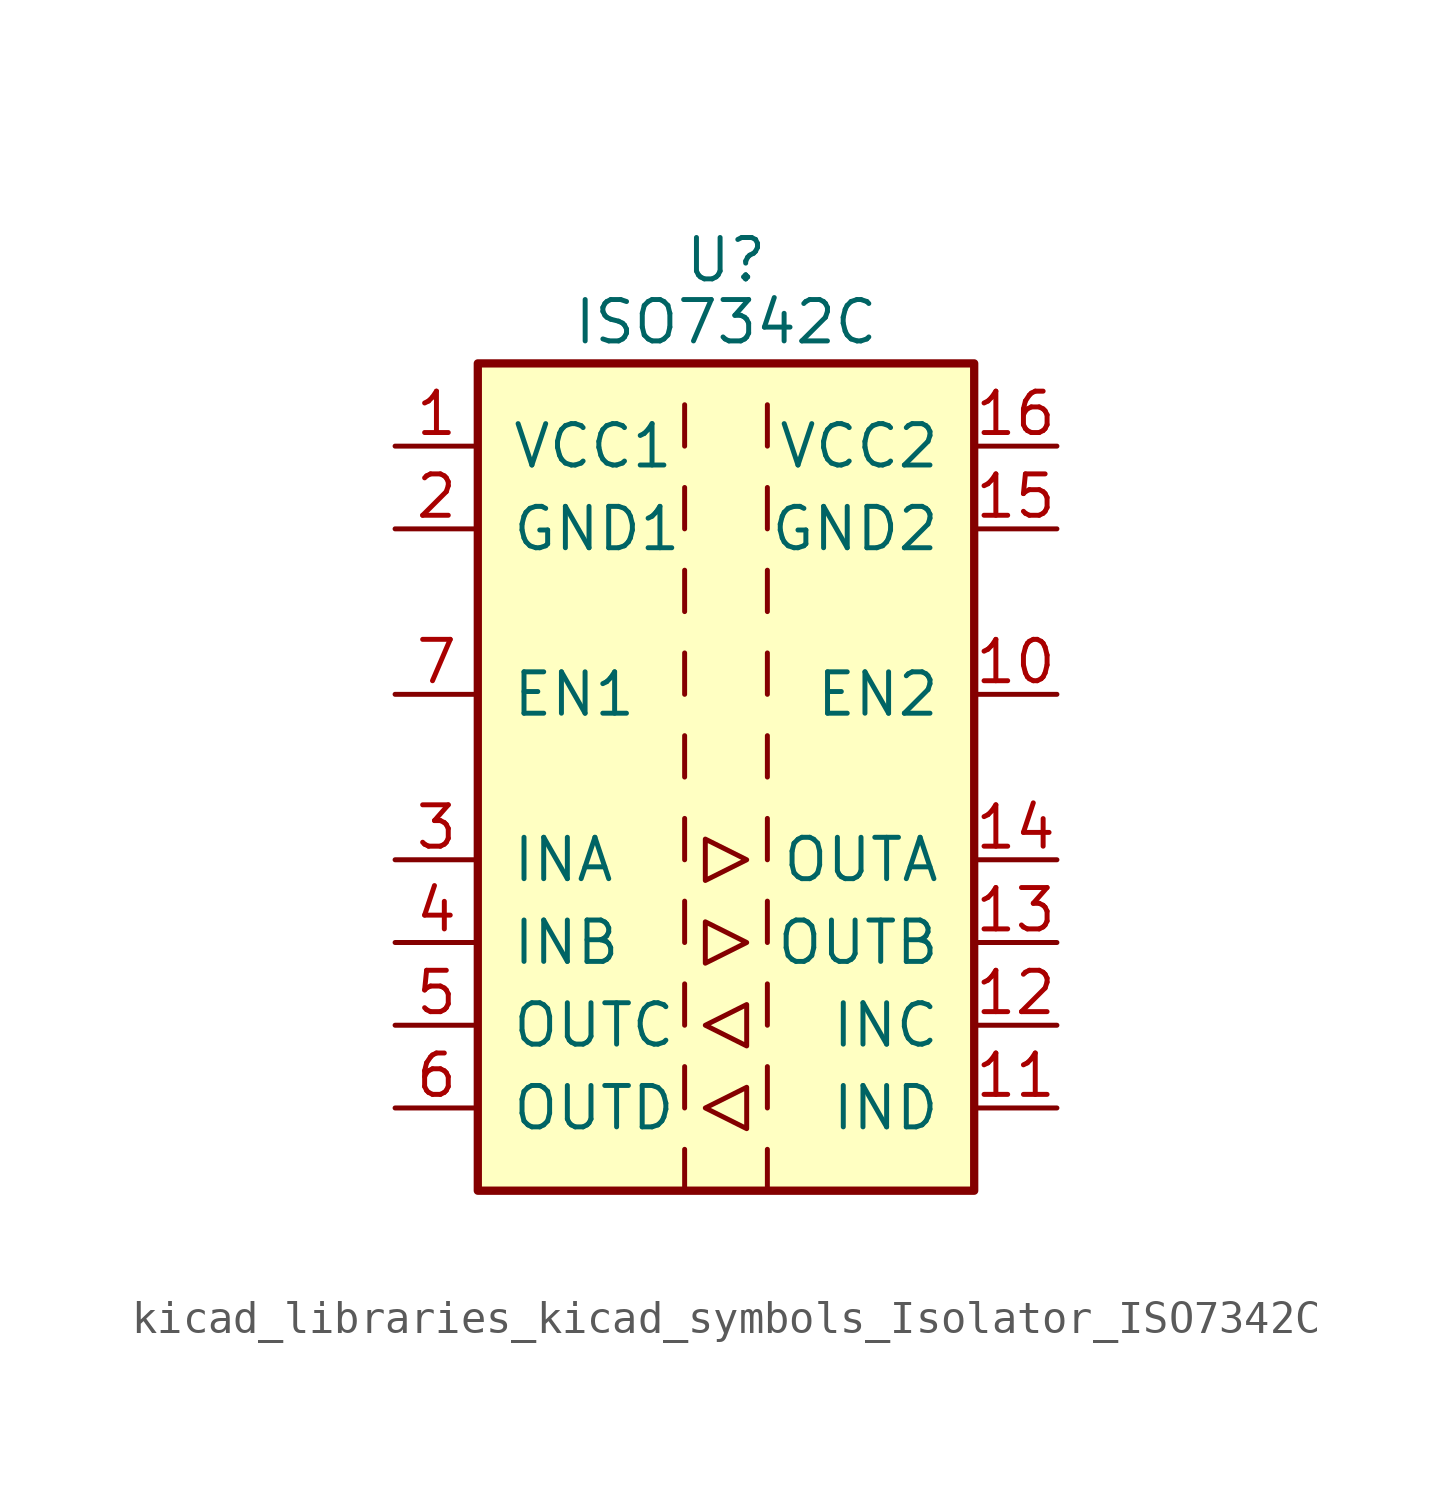
<source format=kicad_sym>
(kicad_symbol_lib
  (version 20220914)
  (generator kicad_symbol_editor)
  (symbol "kicad_libraries_kicad_symbols_Isolator_ISO7342C"
    (pin_names
      (offset 1.016))
    (property "Reference" "U"
      (at 0 15.875 0)
      (effects (font (size 1.27 1.27))))
    (property "Value" "ISO7342C"
      (at 0 13.97 0)
      (effects (font (size 1.27 1.27))))
    (symbol "kicad_libraries_kicad_symbols_Isolator_ISO7342C_0_1"
      (rectangle (start -7.62 12.7) (end 7.62 -12.7) (stroke (width 0.254) (type default)) (fill (type background)))
      (polyline (pts (xy -1.27 -11.43) (xy -1.27 -12.7)) (stroke (width 0) (type default)) (fill (type none)))
      (polyline (pts (xy -1.27 -8.89) (xy -1.27 -10.16)) (stroke (width 0) (type default)) (fill (type none)))
      (polyline (pts (xy -1.27 -6.35) (xy -1.27 -7.62)) (stroke (width 0) (type default)) (fill (type none)))
      (polyline (pts (xy -1.27 -3.81) (xy -1.27 -5.08)) (stroke (width 0) (type default)) (fill (type none)))
      (polyline (pts (xy -1.27 -1.27) (xy -1.27 -2.54)) (stroke (width 0) (type default)) (fill (type none)))
      (polyline (pts (xy -1.27 1.27) (xy -1.27 0)) (stroke (width 0) (type default)) (fill (type none)))
      (polyline (pts (xy -1.27 3.81) (xy -1.27 2.54)) (stroke (width 0) (type default)) (fill (type none)))
      (polyline (pts (xy -1.27 6.35) (xy -1.27 5.08)) (stroke (width 0) (type default)) (fill (type none)))
      (polyline (pts (xy -1.27 8.89) (xy -1.27 7.62)) (stroke (width 0) (type default)) (fill (type none)))
      (polyline (pts (xy -1.27 11.43) (xy -1.27 10.16)) (stroke (width 0) (type default)) (fill (type none)))
      (polyline (pts (xy 1.27 -11.43) (xy 1.27 -12.7)) (stroke (width 0) (type default)) (fill (type none)))
      (polyline (pts (xy 1.27 -8.89) (xy 1.27 -10.16)) (stroke (width 0) (type default)) (fill (type none)))
      (polyline (pts (xy 1.27 -6.35) (xy 1.27 -7.62)) (stroke (width 0) (type default)) (fill (type none)))
      (polyline (pts (xy 1.27 -3.81) (xy 1.27 -5.08)) (stroke (width 0) (type default)) (fill (type none)))
      (polyline (pts (xy 1.27 -1.27) (xy 1.27 -2.54)) (stroke (width 0) (type default)) (fill (type none)))
      (polyline (pts (xy 1.27 1.27) (xy 1.27 0)) (stroke (width 0) (type default)) (fill (type none)))
      (polyline (pts (xy 1.27 3.81) (xy 1.27 2.54)) (stroke (width 0) (type default)) (fill (type none)))
      (polyline (pts (xy 1.27 6.35) (xy 1.27 5.08)) (stroke (width 0) (type default)) (fill (type none)))
      (polyline (pts (xy 1.27 8.89) (xy 1.27 7.62)) (stroke (width 0) (type default)) (fill (type none)))
      (polyline (pts (xy 1.27 11.43) (xy 1.27 10.16)) (stroke (width 0) (type default)) (fill (type none)))
      (polyline (pts (xy -0.635 -10.16) (xy 0.635 -9.525) (xy 0.635 -10.795) (xy -0.635 -10.16)) (stroke (width 0) (type default)) (fill (type none)))
      (polyline (pts (xy -0.635 -7.62) (xy 0.635 -6.985) (xy 0.635 -8.255) (xy -0.635 -7.62)) (stroke (width 0) (type default)) (fill (type none)))
      (polyline (pts (xy -0.635 -4.445) (xy -0.635 -5.715) (xy 0.635 -5.08) (xy -0.635 -4.445)) (stroke (width 0) (type default)) (fill (type none)))
      (polyline (pts (xy -0.635 -1.905) (xy -0.635 -3.175) (xy 0.635 -2.54) (xy -0.635 -1.905)) (stroke (width 0) (type default)) (fill (type none))))
    (symbol "kicad_libraries_kicad_symbols_Isolator_ISO7342C_1_1"
      (pin power_in line (at -10.16 10.16 0) (length 2.54) (name "VCC1" (effects (font (size 1.27 1.27)))) (number "1" (effects (font (size 1.27 1.27)))))
      (pin input line (at 10.16 2.54 180) (length 2.54) (name "EN2" (effects (font (size 1.27 1.27)))) (number "10" (effects (font (size 1.27 1.27)))))
      (pin input line (at 10.16 -10.16 180) (length 2.54) (name "IND" (effects (font (size 1.27 1.27)))) (number "11" (effects (font (size 1.27 1.27)))))
      (pin input line (at 10.16 -7.62 180) (length 2.54) (name "INC" (effects (font (size 1.27 1.27)))) (number "12" (effects (font (size 1.27 1.27)))))
      (pin output line (at 10.16 -5.08 180) (length 2.54) (name "OUTB" (effects (font (size 1.27 1.27)))) (number "13" (effects (font (size 1.27 1.27)))))
      (pin output line (at 10.16 -2.54 180) (length 2.54) (name "OUTA" (effects (font (size 1.27 1.27)))) (number "14" (effects (font (size 1.27 1.27)))))
      (pin power_in line (at 10.16 7.62 180) (length 2.54) (name "GND2" (effects (font (size 1.27 1.27)))) (number "15" (effects (font (size 1.27 1.27)))))
      (pin power_in line (at 10.16 10.16 180) (length 2.54) (name "VCC2" (effects (font (size 1.27 1.27)))) (number "16" (effects (font (size 1.27 1.27)))))
      (pin power_in line (at -10.16 7.62 0) (length 2.54) (name "GND1" (effects (font (size 1.27 1.27)))) (number "2" (effects (font (size 1.27 1.27)))))
      (pin input line (at -10.16 -2.54 0) (length 2.54) (name "INA" (effects (font (size 1.27 1.27)))) (number "3" (effects (font (size 1.27 1.27)))))
      (pin input line (at -10.16 -5.08 0) (length 2.54) (name "INB" (effects (font (size 1.27 1.27)))) (number "4" (effects (font (size 1.27 1.27)))))
      (pin output line (at -10.16 -7.62 0) (length 2.54) (name "OUTC" (effects (font (size 1.27 1.27)))) (number "5" (effects (font (size 1.27 1.27)))))
      (pin output line (at -10.16 -10.16 0) (length 2.54) (name "OUTD" (effects (font (size 1.27 1.27)))) (number "6" (effects (font (size 1.27 1.27)))))
      (pin input line (at -10.16 2.54 0) (length 2.54) (name "EN1" (effects (font (size 1.27 1.27)))) (number "7" (effects (font (size 1.27 1.27)))))
      (pin passive line (at -10.16 7.62 0) (length 2.54) hide (name "GND1" (effects (font (size 1.27 1.27)))) (number "8" (effects (font (size 1.27 1.27)))))
      (pin passive line (at 10.16 7.62 180) (length 2.54) hide (name "GND2" (effects (font (size 1.27 1.27)))) (number "9" (effects (font (size 1.27 1.27))))))))
</source>
